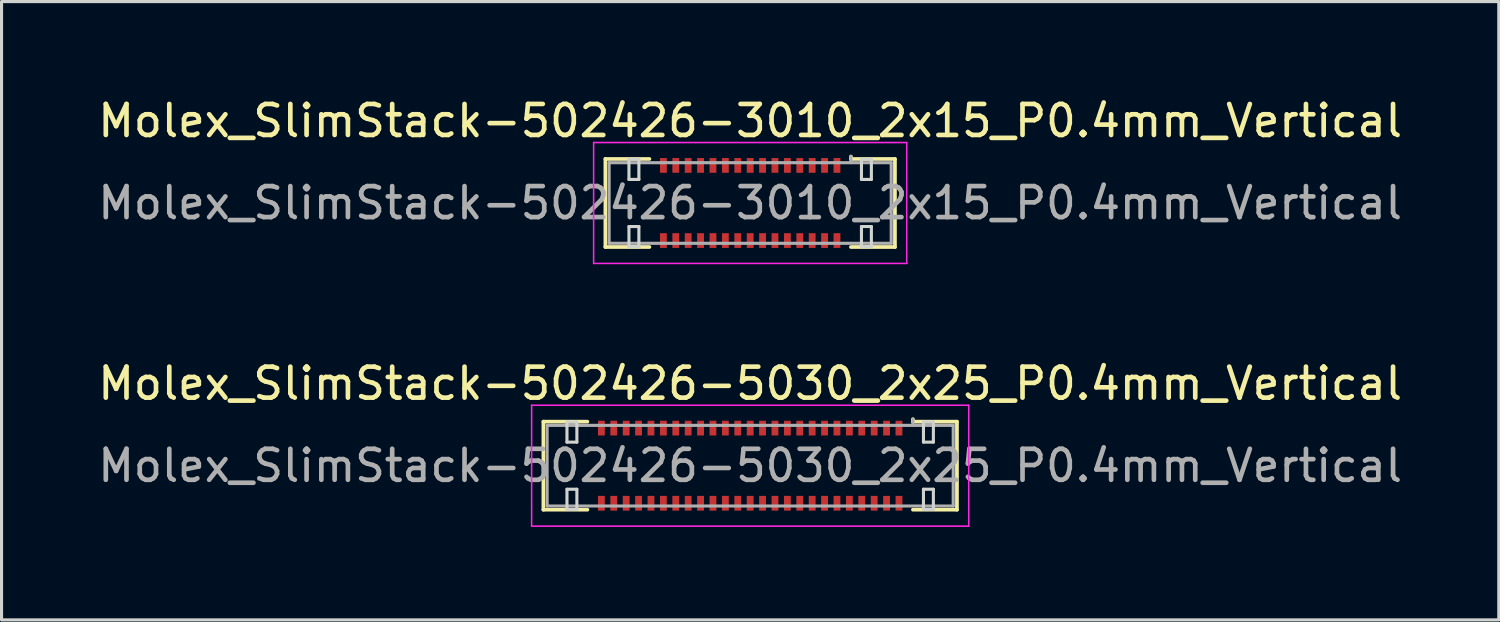
<source format=kicad_pcb>
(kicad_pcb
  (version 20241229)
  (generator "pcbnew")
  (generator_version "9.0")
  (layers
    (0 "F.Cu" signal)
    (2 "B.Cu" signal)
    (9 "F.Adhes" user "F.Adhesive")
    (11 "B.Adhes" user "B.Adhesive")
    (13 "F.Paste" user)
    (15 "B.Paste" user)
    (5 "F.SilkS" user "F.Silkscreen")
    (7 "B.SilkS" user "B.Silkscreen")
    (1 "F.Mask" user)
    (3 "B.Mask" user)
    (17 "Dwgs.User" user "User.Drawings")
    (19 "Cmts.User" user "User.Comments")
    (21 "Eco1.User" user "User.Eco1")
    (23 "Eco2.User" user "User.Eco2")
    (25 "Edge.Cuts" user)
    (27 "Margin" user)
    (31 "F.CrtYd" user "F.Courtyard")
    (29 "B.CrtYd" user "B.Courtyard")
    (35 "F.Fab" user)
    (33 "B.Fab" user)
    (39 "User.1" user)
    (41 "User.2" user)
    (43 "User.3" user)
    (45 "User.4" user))
  (footprint "Molex_SlimStack-502426-3010_2x15_P0.4mm_Vertical"
    (layer "F.Cu")
    (at 21.149 3.498)
    (property "Reference" "Molex_SlimStack-502426-3010_2x15_P0.4mm_Vertical" (at 0 -2.65 0) (layer "F.SilkS") (effects (font (size 1 1) (thickness 0.15))))
    (attr smd)
    (fp_line (start -4.67 -1.42) (end -3.25 -1.42) (stroke (width 0.12) (type solid)) (layer "F.SilkS"))
    (fp_line (start -4.67 1.42) (end -4.67 -1.42) (stroke (width 0.12) (type solid)) (layer "F.SilkS"))
    (fp_line (start -3.25 1.42) (end -4.67 1.42) (stroke (width 0.12) (type solid)) (layer "F.SilkS"))
    (fp_line (start 3.25 -1.42) (end 3.25 -1.5) (stroke (width 0.12) (type solid)) (layer "F.SilkS"))
    (fp_line (start 3.25 1.42) (end 4.67 1.42) (stroke (width 0.12) (type solid)) (layer "F.SilkS"))
    (fp_line (start 4.67 -1.42) (end 3.25 -1.42) (stroke (width 0.12) (type solid)) (layer "F.SilkS"))
    (fp_line (start 4.67 1.42) (end 4.67 -1.42) (stroke (width 0.12) (type solid)) (layer "F.SilkS"))
    (fp_line (start -3.91 -1.41) (end -3.91 -0.76) (stroke (width 0.1) (type solid)) (layer "Edge.Cuts"))
    (fp_line (start -3.91 -0.76) (end -3.59 -0.76) (stroke (width 0.1) (type solid)) (layer "Edge.Cuts"))
    (fp_line (start -3.91 0.76) (end -3.91 1.41) (stroke (width 0.1) (type solid)) (layer "Edge.Cuts"))
    (fp_line (start -3.91 1.41) (end -3.59 1.41) (stroke (width 0.1) (type solid)) (layer "Edge.Cuts"))
    (fp_line (start -3.59 -1.41) (end -3.91 -1.41) (stroke (width 0.1) (type solid)) (layer "Edge.Cuts"))
    (fp_line (start -3.59 -0.76) (end -3.59 -1.41) (stroke (width 0.1) (type solid)) (layer "Edge.Cuts"))
    (fp_line (start -3.59 0.76) (end -3.91 0.76) (stroke (width 0.1) (type solid)) (layer "Edge.Cuts"))
    (fp_line (start -3.59 1.41) (end -3.59 0.76) (stroke (width 0.1) (type solid)) (layer "Edge.Cuts"))
    (fp_line (start 3.59 -1.41) (end 3.59 -0.76) (stroke (width 0.1) (type solid)) (layer "Edge.Cuts"))
    (fp_line (start 3.59 -0.76) (end 3.91 -0.76) (stroke (width 0.1) (type solid)) (layer "Edge.Cuts"))
    (fp_line (start 3.59 0.76) (end 3.59 1.41) (stroke (width 0.1) (type solid)) (layer "Edge.Cuts"))
    (fp_line (start 3.59 1.41) (end 3.91 1.41) (stroke (width 0.1) (type solid)) (layer "Edge.Cuts"))
    (fp_line (start 3.91 -1.41) (end 3.59 -1.41) (stroke (width 0.1) (type solid)) (layer "Edge.Cuts"))
    (fp_line (start 3.91 -0.76) (end 3.91 -1.41) (stroke (width 0.1) (type solid)) (layer "Edge.Cuts"))
    (fp_line (start 3.91 0.76) (end 3.59 0.76) (stroke (width 0.1) (type solid)) (layer "Edge.Cuts"))
    (fp_line (start 3.91 1.41) (end 3.91 0.76) (stroke (width 0.1) (type solid)) (layer "Edge.Cuts"))
    (fp_line (start -5.05 -1.95) (end -5.05 1.95) (stroke (width 0.05) (type solid)) (layer "F.CrtYd"))
    (fp_line (start -5.05 1.95) (end 5.05 1.95) (stroke (width 0.05) (type solid)) (layer "F.CrtYd"))
    (fp_line (start 5.05 -1.95) (end -5.05 -1.95) (stroke (width 0.05) (type solid)) (layer "F.CrtYd"))
    (fp_line (start 5.05 1.95) (end 5.05 -1.95) (stroke (width 0.05) (type solid)) (layer "F.CrtYd"))
    (fp_line (start -4.55 -1.3) (end -4.55 1.3) (stroke (width 0.1) (type solid)) (layer "F.Fab"))
    (fp_line (start -4.55 1.3) (end 4.55 1.3) (stroke (width 0.1) (type solid)) (layer "F.Fab"))
    (fp_line (start 3.25 -1.3) (end 3.25 -1.5) (stroke (width 0.1) (type solid)) (layer "F.Fab"))
    (fp_line (start 4.55 -1.3) (end -4.55 -1.3) (stroke (width 0.1) (type solid)) (layer "F.Fab"))
    (fp_line (start 4.55 1.3) (end 4.55 -1.3) (stroke (width 0.1) (type solid)) (layer "F.Fab"))
    (fp_text user "${REFERENCE}" (at 0 0 0) (layer "F.Fab") (effects (font (size 1 1) (thickness 0.15))))
    (pad "1" smd rect (at 2.8 -1.212) (size 0.22 0.475) (layers "F.Cu" "F.Mask" "F.Paste"))
    (pad "2" smd rect (at 2.8 1.212) (size 0.22 0.475) (layers "F.Cu" "F.Mask" "F.Paste"))
    (pad "3" smd rect (at 2.4 -1.212) (size 0.22 0.475) (layers "F.Cu" "F.Mask" "F.Paste"))
    (pad "4" smd rect (at 2.4 1.212) (size 0.22 0.475) (layers "F.Cu" "F.Mask" "F.Paste"))
    (pad "5" smd rect (at 2 -1.212) (size 0.22 0.475) (layers "F.Cu" "F.Mask" "F.Paste"))
    (pad "6" smd rect (at 2 1.212) (size 0.22 0.475) (layers "F.Cu" "F.Mask" "F.Paste"))
    (pad "7" smd rect (at 1.6 -1.212) (size 0.22 0.475) (layers "F.Cu" "F.Mask" "F.Paste"))
    (pad "8" smd rect (at 1.6 1.212) (size 0.22 0.475) (layers "F.Cu" "F.Mask" "F.Paste"))
    (pad "9" smd rect (at 1.2 -1.212) (size 0.22 0.475) (layers "F.Cu" "F.Mask" "F.Paste"))
    (pad "10" smd rect (at 1.2 1.212) (size 0.22 0.475) (layers "F.Cu" "F.Mask" "F.Paste"))
    (pad "11" smd rect (at 0.8 -1.212) (size 0.22 0.475) (layers "F.Cu" "F.Mask" "F.Paste"))
    (pad "12" smd rect (at 0.8 1.212) (size 0.22 0.475) (layers "F.Cu" "F.Mask" "F.Paste"))
    (pad "13" smd rect (at 0.4 -1.212) (size 0.22 0.475) (layers "F.Cu" "F.Mask" "F.Paste"))
    (pad "14" smd rect (at 0.4 1.212) (size 0.22 0.475) (layers "F.Cu" "F.Mask" "F.Paste"))
    (pad "15" smd rect (at 0 -1.212) (size 0.22 0.475) (layers "F.Cu" "F.Mask" "F.Paste"))
    (pad "16" smd rect (at 0 1.212) (size 0.22 0.475) (layers "F.Cu" "F.Mask" "F.Paste"))
    (pad "17" smd rect (at -0.4 -1.212) (size 0.22 0.475) (layers "F.Cu" "F.Mask" "F.Paste"))
    (pad "18" smd rect (at -0.4 1.212) (size 0.22 0.475) (layers "F.Cu" "F.Mask" "F.Paste"))
    (pad "19" smd rect (at -0.8 -1.212) (size 0.22 0.475) (layers "F.Cu" "F.Mask" "F.Paste"))
    (pad "20" smd rect (at -0.8 1.212) (size 0.22 0.475) (layers "F.Cu" "F.Mask" "F.Paste"))
    (pad "21" smd rect (at -1.2 -1.212) (size 0.22 0.475) (layers "F.Cu" "F.Mask" "F.Paste"))
    (pad "22" smd rect (at -1.2 1.212) (size 0.22 0.475) (layers "F.Cu" "F.Mask" "F.Paste"))
    (pad "23" smd rect (at -1.6 -1.212) (size 0.22 0.475) (layers "F.Cu" "F.Mask" "F.Paste"))
    (pad "24" smd rect (at -1.6 1.212) (size 0.22 0.475) (layers "F.Cu" "F.Mask" "F.Paste"))
    (pad "25" smd rect (at -2 -1.212) (size 0.22 0.475) (layers "F.Cu" "F.Mask" "F.Paste"))
    (pad "26" smd rect (at -2 1.212) (size 0.22 0.475) (layers "F.Cu" "F.Mask" "F.Paste"))
    (pad "27" smd rect (at -2.4 -1.212) (size 0.22 0.475) (layers "F.Cu" "F.Mask" "F.Paste"))
    (pad "28" smd rect (at -2.4 1.212) (size 0.22 0.475) (layers "F.Cu" "F.Mask" "F.Paste"))
    (pad "29" smd rect (at -2.8 -1.212) (size 0.22 0.475) (layers "F.Cu" "F.Mask" "F.Paste"))
    (pad "30" smd rect (at -2.8 1.212) (size 0.22 0.475) (layers "F.Cu" "F.Mask" "F.Paste")))
  (footprint "Molex_SlimStack-502426-5030_2x25_P0.4mm_Vertical"
    (layer "F.Cu")
    (at 21.149 11.972)
    (property "Reference" "Molex_SlimStack-502426-5030_2x25_P0.4mm_Vertical" (at 0 -2.65 0) (layer "F.SilkS") (effects (font (size 1 1) (thickness 0.15))))
    (attr smd)
    (fp_line (start -6.67 -1.42) (end -5.25 -1.42) (stroke (width 0.12) (type solid)) (layer "F.SilkS"))
    (fp_line (start -6.67 1.42) (end -6.67 -1.42) (stroke (width 0.12) (type solid)) (layer "F.SilkS"))
    (fp_line (start -5.25 1.42) (end -6.67 1.42) (stroke (width 0.12) (type solid)) (layer "F.SilkS"))
    (fp_line (start 5.25 -1.42) (end 5.25 -1.5) (stroke (width 0.12) (type solid)) (layer "F.SilkS"))
    (fp_line (start 5.25 1.42) (end 6.67 1.42) (stroke (width 0.12) (type solid)) (layer "F.SilkS"))
    (fp_line (start 6.67 -1.42) (end 5.25 -1.42) (stroke (width 0.12) (type solid)) (layer "F.SilkS"))
    (fp_line (start 6.67 1.42) (end 6.67 -1.42) (stroke (width 0.12) (type solid)) (layer "F.SilkS"))
    (fp_line (start -5.91 -1.41) (end -5.91 -0.76) (stroke (width 0.1) (type solid)) (layer "Edge.Cuts"))
    (fp_line (start -5.91 -0.76) (end -5.59 -0.76) (stroke (width 0.1) (type solid)) (layer "Edge.Cuts"))
    (fp_line (start -5.91 0.76) (end -5.91 1.41) (stroke (width 0.1) (type solid)) (layer "Edge.Cuts"))
    (fp_line (start -5.91 1.41) (end -5.59 1.41) (stroke (width 0.1) (type solid)) (layer "Edge.Cuts"))
    (fp_line (start -5.59 -1.41) (end -5.91 -1.41) (stroke (width 0.1) (type solid)) (layer "Edge.Cuts"))
    (fp_line (start -5.59 -0.76) (end -5.59 -1.41) (stroke (width 0.1) (type solid)) (layer "Edge.Cuts"))
    (fp_line (start -5.59 0.76) (end -5.91 0.76) (stroke (width 0.1) (type solid)) (layer "Edge.Cuts"))
    (fp_line (start -5.59 1.41) (end -5.59 0.76) (stroke (width 0.1) (type solid)) (layer "Edge.Cuts"))
    (fp_line (start 5.59 -1.41) (end 5.59 -0.76) (stroke (width 0.1) (type solid)) (layer "Edge.Cuts"))
    (fp_line (start 5.59 -0.76) (end 5.91 -0.76) (stroke (width 0.1) (type solid)) (layer "Edge.Cuts"))
    (fp_line (start 5.59 0.76) (end 5.59 1.41) (stroke (width 0.1) (type solid)) (layer "Edge.Cuts"))
    (fp_line (start 5.59 1.41) (end 5.91 1.41) (stroke (width 0.1) (type solid)) (layer "Edge.Cuts"))
    (fp_line (start 5.91 -1.41) (end 5.59 -1.41) (stroke (width 0.1) (type solid)) (layer "Edge.Cuts"))
    (fp_line (start 5.91 -0.76) (end 5.91 -1.41) (stroke (width 0.1) (type solid)) (layer "Edge.Cuts"))
    (fp_line (start 5.91 0.76) (end 5.59 0.76) (stroke (width 0.1) (type solid)) (layer "Edge.Cuts"))
    (fp_line (start 5.91 1.41) (end 5.91 0.76) (stroke (width 0.1) (type solid)) (layer "Edge.Cuts"))
    (fp_line (start -7.05 -1.95) (end -7.05 1.95) (stroke (width 0.05) (type solid)) (layer "F.CrtYd"))
    (fp_line (start -7.05 1.95) (end 7.05 1.95) (stroke (width 0.05) (type solid)) (layer "F.CrtYd"))
    (fp_line (start 7.05 -1.95) (end -7.05 -1.95) (stroke (width 0.05) (type solid)) (layer "F.CrtYd"))
    (fp_line (start 7.05 1.95) (end 7.05 -1.95) (stroke (width 0.05) (type solid)) (layer "F.CrtYd"))
    (fp_line (start -6.55 -1.3) (end -6.55 1.3) (stroke (width 0.1) (type solid)) (layer "F.Fab"))
    (fp_line (start -6.55 1.3) (end 6.55 1.3) (stroke (width 0.1) (type solid)) (layer "F.Fab"))
    (fp_line (start 5.25 -1.3) (end 5.25 -1.5) (stroke (width 0.1) (type solid)) (layer "F.Fab"))
    (fp_line (start 6.55 -1.3) (end -6.55 -1.3) (stroke (width 0.1) (type solid)) (layer "F.Fab"))
    (fp_line (start 6.55 1.3) (end 6.55 -1.3) (stroke (width 0.1) (type solid)) (layer "F.Fab"))
    (fp_text user "${REFERENCE}" (at 0 0 0) (layer "F.Fab") (effects (font (size 1 1) (thickness 0.15))))
    (pad "1" smd rect (at 4.8 -1.212) (size 0.22 0.475) (layers "F.Cu" "F.Mask" "F.Paste"))
    (pad "2" smd rect (at 4.8 1.212) (size 0.22 0.475) (layers "F.Cu" "F.Mask" "F.Paste"))
    (pad "3" smd rect (at 4.4 -1.212) (size 0.22 0.475) (layers "F.Cu" "F.Mask" "F.Paste"))
    (pad "4" smd rect (at 4.4 1.212) (size 0.22 0.475) (layers "F.Cu" "F.Mask" "F.Paste"))
    (pad "5" smd rect (at 4 -1.212) (size 0.22 0.475) (layers "F.Cu" "F.Mask" "F.Paste"))
    (pad "6" smd rect (at 4 1.212) (size 0.22 0.475) (layers "F.Cu" "F.Mask" "F.Paste"))
    (pad "7" smd rect (at 3.6 -1.212) (size 0.22 0.475) (layers "F.Cu" "F.Mask" "F.Paste"))
    (pad "8" smd rect (at 3.6 1.212) (size 0.22 0.475) (layers "F.Cu" "F.Mask" "F.Paste"))
    (pad "9" smd rect (at 3.2 -1.212) (size 0.22 0.475) (layers "F.Cu" "F.Mask" "F.Paste"))
    (pad "10" smd rect (at 3.2 1.212) (size 0.22 0.475) (layers "F.Cu" "F.Mask" "F.Paste"))
    (pad "11" smd rect (at 2.8 -1.212) (size 0.22 0.475) (layers "F.Cu" "F.Mask" "F.Paste"))
    (pad "12" smd rect (at 2.8 1.212) (size 0.22 0.475) (layers "F.Cu" "F.Mask" "F.Paste"))
    (pad "13" smd rect (at 2.4 -1.212) (size 0.22 0.475) (layers "F.Cu" "F.Mask" "F.Paste"))
    (pad "14" smd rect (at 2.4 1.212) (size 0.22 0.475) (layers "F.Cu" "F.Mask" "F.Paste"))
    (pad "15" smd rect (at 2 -1.212) (size 0.22 0.475) (layers "F.Cu" "F.Mask" "F.Paste"))
    (pad "16" smd rect (at 2 1.212) (size 0.22 0.475) (layers "F.Cu" "F.Mask" "F.Paste"))
    (pad "17" smd rect (at 1.6 -1.212) (size 0.22 0.475) (layers "F.Cu" "F.Mask" "F.Paste"))
    (pad "18" smd rect (at 1.6 1.212) (size 0.22 0.475) (layers "F.Cu" "F.Mask" "F.Paste"))
    (pad "19" smd rect (at 1.2 -1.212) (size 0.22 0.475) (layers "F.Cu" "F.Mask" "F.Paste"))
    (pad "20" smd rect (at 1.2 1.212) (size 0.22 0.475) (layers "F.Cu" "F.Mask" "F.Paste"))
    (pad "21" smd rect (at 0.8 -1.212) (size 0.22 0.475) (layers "F.Cu" "F.Mask" "F.Paste"))
    (pad "22" smd rect (at 0.8 1.212) (size 0.22 0.475) (layers "F.Cu" "F.Mask" "F.Paste"))
    (pad "23" smd rect (at 0.4 -1.212) (size 0.22 0.475) (layers "F.Cu" "F.Mask" "F.Paste"))
    (pad "24" smd rect (at 0.4 1.212) (size 0.22 0.475) (layers "F.Cu" "F.Mask" "F.Paste"))
    (pad "25" smd rect (at 0 -1.212) (size 0.22 0.475) (layers "F.Cu" "F.Mask" "F.Paste"))
    (pad "26" smd rect (at 0 1.212) (size 0.22 0.475) (layers "F.Cu" "F.Mask" "F.Paste"))
    (pad "27" smd rect (at -0.4 -1.212) (size 0.22 0.475) (layers "F.Cu" "F.Mask" "F.Paste"))
    (pad "28" smd rect (at -0.4 1.212) (size 0.22 0.475) (layers "F.Cu" "F.Mask" "F.Paste"))
    (pad "29" smd rect (at -0.8 -1.212) (size 0.22 0.475) (layers "F.Cu" "F.Mask" "F.Paste"))
    (pad "30" smd rect (at -0.8 1.212) (size 0.22 0.475) (layers "F.Cu" "F.Mask" "F.Paste"))
    (pad "31" smd rect (at -1.2 -1.212) (size 0.22 0.475) (layers "F.Cu" "F.Mask" "F.Paste"))
    (pad "32" smd rect (at -1.2 1.212) (size 0.22 0.475) (layers "F.Cu" "F.Mask" "F.Paste"))
    (pad "33" smd rect (at -1.6 -1.212) (size 0.22 0.475) (layers "F.Cu" "F.Mask" "F.Paste"))
    (pad "34" smd rect (at -1.6 1.212) (size 0.22 0.475) (layers "F.Cu" "F.Mask" "F.Paste"))
    (pad "35" smd rect (at -2 -1.212) (size 0.22 0.475) (layers "F.Cu" "F.Mask" "F.Paste"))
    (pad "36" smd rect (at -2 1.212) (size 0.22 0.475) (layers "F.Cu" "F.Mask" "F.Paste"))
    (pad "37" smd rect (at -2.4 -1.212) (size 0.22 0.475) (layers "F.Cu" "F.Mask" "F.Paste"))
    (pad "38" smd rect (at -2.4 1.212) (size 0.22 0.475) (layers "F.Cu" "F.Mask" "F.Paste"))
    (pad "39" smd rect (at -2.8 -1.212) (size 0.22 0.475) (layers "F.Cu" "F.Mask" "F.Paste"))
    (pad "40" smd rect (at -2.8 1.212) (size 0.22 0.475) (layers "F.Cu" "F.Mask" "F.Paste"))
    (pad "41" smd rect (at -3.2 -1.212) (size 0.22 0.475) (layers "F.Cu" "F.Mask" "F.Paste"))
    (pad "42" smd rect (at -3.2 1.212) (size 0.22 0.475) (layers "F.Cu" "F.Mask" "F.Paste"))
    (pad "43" smd rect (at -3.6 -1.212) (size 0.22 0.475) (layers "F.Cu" "F.Mask" "F.Paste"))
    (pad "44" smd rect (at -3.6 1.212) (size 0.22 0.475) (layers "F.Cu" "F.Mask" "F.Paste"))
    (pad "45" smd rect (at -4 -1.212) (size 0.22 0.475) (layers "F.Cu" "F.Mask" "F.Paste"))
    (pad "46" smd rect (at -4 1.212) (size 0.22 0.475) (layers "F.Cu" "F.Mask" "F.Paste"))
    (pad "47" smd rect (at -4.4 -1.212) (size 0.22 0.475) (layers "F.Cu" "F.Mask" "F.Paste"))
    (pad "48" smd rect (at -4.4 1.212) (size 0.22 0.475) (layers "F.Cu" "F.Mask" "F.Paste"))
    (pad "49" smd rect (at -4.8 -1.212) (size 0.22 0.475) (layers "F.Cu" "F.Mask" "F.Paste"))
    (pad "50" smd rect (at -4.8 1.212) (size 0.22 0.475) (layers "F.Cu" "F.Mask" "F.Paste")))
  (gr_rect
    (start -3 -3)
    (end 45.298 16.947)
    (stroke (width 0.1) (type default))
    (fill no)
    (layer "Edge.Cuts")))
</source>
